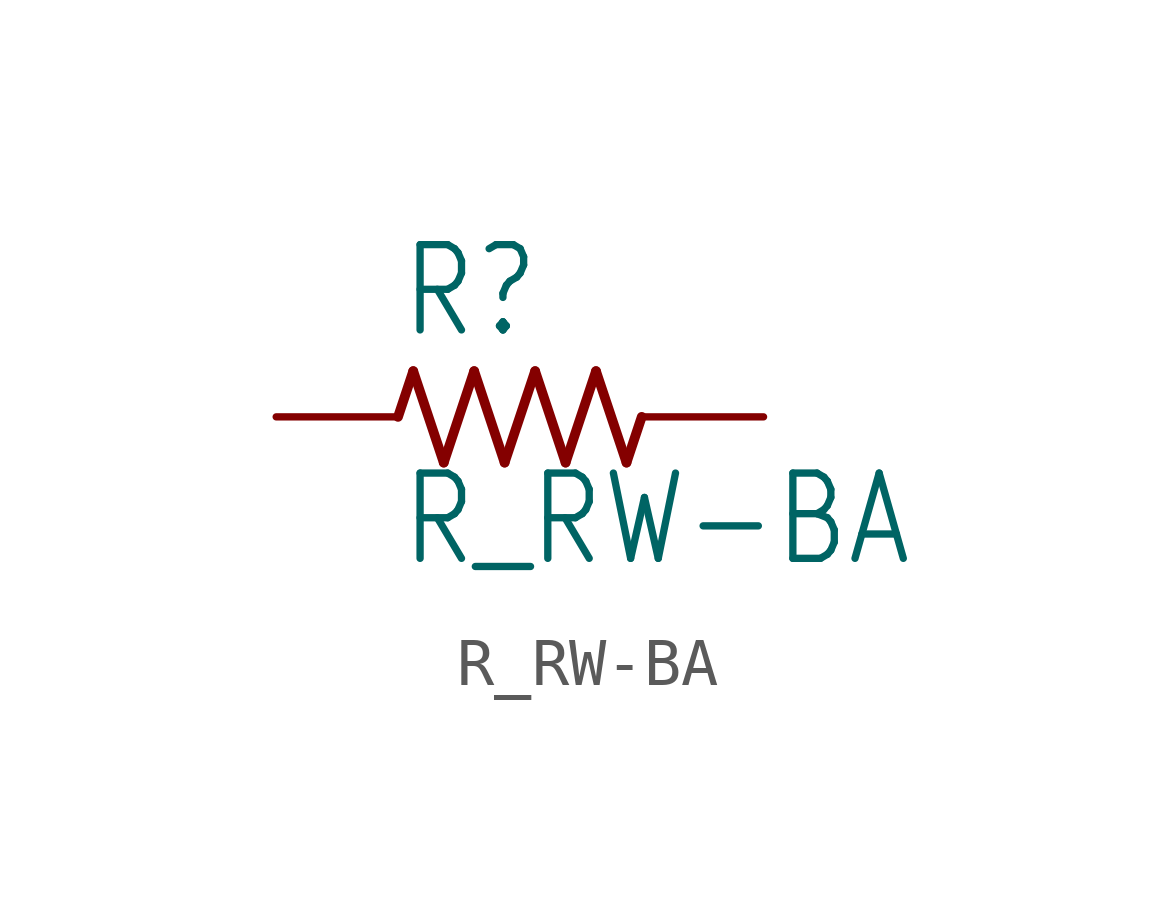
<source format=kicad_sym>
(kicad_symbol_lib
  (version 20211014)
  (generator kicad_symbol_editor)
  (symbol "R_RW-BA"
    (property "Reference" "R"
      (at -2.54 1.587 0)
      (effects (font (size 1.778 1.511)) (justify left bottom)))
    (property "Value" "R_RW-BA"
      (at -2.54 -3.175 0)
      (effects (font (size 1.778 1.511)) (justify left bottom)))
    (property "ki_locked" ""
      (at 0 0 0)
      (effects (font (size 1.27 1.27))))
    (symbol "R_RW-BA_1_0"
      (polyline (pts (xy -2.54 0) (xy -2.223 0.953)) (stroke (width 0.203) (type default) (color 0 0 0 0)) (fill (type none)))
      (polyline (pts (xy -2.223 0.953) (xy -1.587 -0.953)) (stroke (width 0.203) (type default) (color 0 0 0 0)) (fill (type none)))
      (polyline (pts (xy -1.587 -0.953) (xy -0.953 0.953)) (stroke (width 0.203) (type default) (color 0 0 0 0)) (fill (type none)))
      (polyline (pts (xy -0.953 0.953) (xy -0.318 -0.953)) (stroke (width 0.203) (type default) (color 0 0 0 0)) (fill (type none)))
      (polyline (pts (xy -0.318 -0.953) (xy 0.318 0.953)) (stroke (width 0.203) (type default) (color 0 0 0 0)) (fill (type none)))
      (polyline (pts (xy 0.318 0.953) (xy 0.953 -0.953)) (stroke (width 0.203) (type default) (color 0 0 0 0)) (fill (type none)))
      (polyline (pts (xy 0.953 -0.953) (xy 1.587 0.953)) (stroke (width 0.203) (type default) (color 0 0 0 0)) (fill (type none)))
      (polyline (pts (xy 1.587 0.953) (xy 2.223 -0.953)) (stroke (width 0.203) (type default) (color 0 0 0 0)) (fill (type none)))
      (polyline (pts (xy 2.223 -0.953) (xy 2.54 0)) (stroke (width 0.203) (type default) (color 0 0 0 0)) (fill (type none)))
      (pin passive line (at -5.08 0 0) (length 2.54) (name "1" (effects (font (size 0 0)))) (number "1" (effects (font (size 0 0)))))
      (pin passive line (at 5.08 0 180) (length 2.54) (name "2" (effects (font (size 0 0)))) (number "2" (effects (font (size 0 0))))))))
</source>
